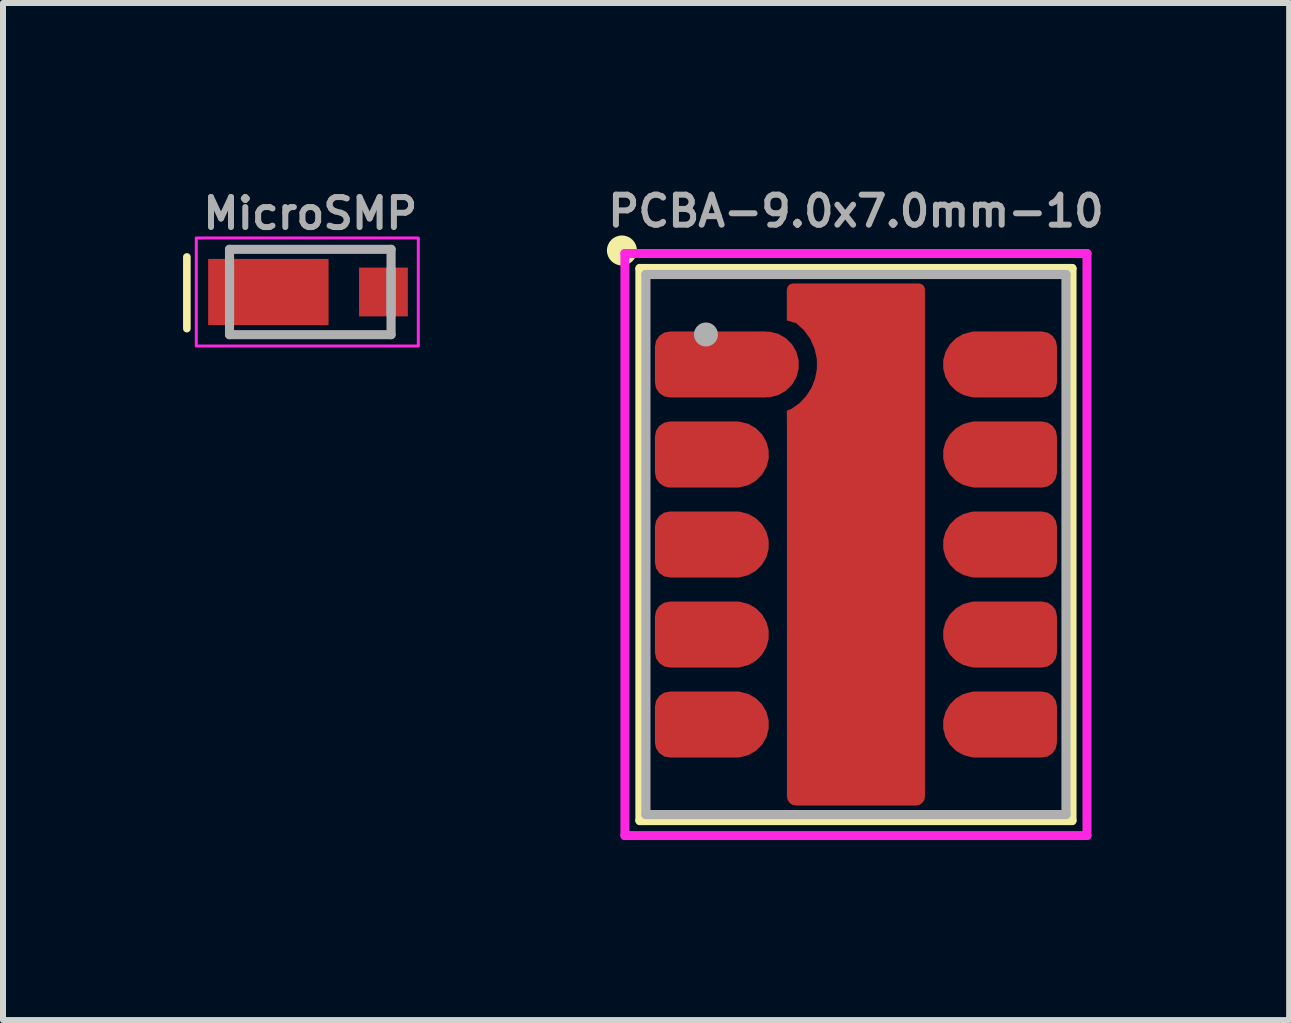
<source format=kicad_pcb>
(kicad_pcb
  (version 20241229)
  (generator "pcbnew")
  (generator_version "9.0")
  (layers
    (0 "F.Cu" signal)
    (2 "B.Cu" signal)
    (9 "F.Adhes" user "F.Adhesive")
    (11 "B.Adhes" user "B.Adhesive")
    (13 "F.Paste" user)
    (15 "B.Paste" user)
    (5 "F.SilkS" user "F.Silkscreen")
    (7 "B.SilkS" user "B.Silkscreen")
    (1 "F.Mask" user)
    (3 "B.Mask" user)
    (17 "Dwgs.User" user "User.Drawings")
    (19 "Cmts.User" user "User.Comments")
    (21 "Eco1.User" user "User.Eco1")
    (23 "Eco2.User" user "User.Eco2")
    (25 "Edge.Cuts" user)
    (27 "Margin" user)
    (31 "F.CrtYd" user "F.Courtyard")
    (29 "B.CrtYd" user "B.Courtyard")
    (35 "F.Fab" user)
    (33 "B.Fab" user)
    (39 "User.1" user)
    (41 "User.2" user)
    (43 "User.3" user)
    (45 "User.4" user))
  (footprint "MicroSMP"
    (layer "F.Cu")
    (at 2.121 1.816)
    (property "Reference" "MicroSMP" (at 0 -1.016 0) (layer "F.Fab") (effects (font (size 0.5 0.5) (thickness 0.1)) (justify bottom)))
    (attr smd)
    (fp_line (start -2.057 0.61) (end -2.057 -0.584) (stroke (width 0.127) (type solid)) (layer "F.SilkS"))
    (fp_rect (start 1.8 -0.9) (end -1.9 0.9) (stroke (width 0.05) (type default)) (fill no) (layer "F.CrtYd"))
    (fp_line (start -1.346 -0.711) (end -1.346 0.711) (stroke (width 0.152) (type solid)) (layer "F.Fab"))
    (fp_line (start -1.346 -0.457) (end -1.346 0.457) (stroke (width 0.152) (type solid)) (layer "F.Fab"))
    (fp_line (start -1.346 0.711) (end 1.346 0.711) (stroke (width 0.152) (type solid)) (layer "F.Fab"))
    (fp_line (start 1.346 -0.711) (end -1.346 -0.711) (stroke (width 0.152) (type solid)) (layer "F.Fab"))
    (fp_line (start 1.346 0.381) (end 1.346 -0.381) (stroke (width 0.152) (type solid)) (layer "F.Fab"))
    (fp_line (start 1.346 0.711) (end 1.346 -0.711) (stroke (width 0.152) (type solid)) (layer "F.Fab"))
    (pad "A" smd rect (at 1.219 0) (size 0.813 0.813) (layers "F.Cu" "F.Mask" "F.Paste"))
    (pad "C" smd rect (at -0.699 0) (size 2.007 1.102) (layers "F.Cu" "F.Mask" "F.Paste")))
  (footprint "PCBA-9.0x7.0mm-10"
    (layer "F.Cu")
    (at 11.214 6.024)
    (property "Reference" "PCBA-9.0x7.0mm-10" (at 0 -5.556 0) (unlocked yes) (layer "F.Fab") (effects (font (size 0.5 0.5) (thickness 0.1))))
    (attr smd)
    (fp_line (start -3.6 -4.6) (end -3.6 4.6) (stroke (width 0.152) (type default)) (layer "F.SilkS"))
    (fp_line (start -3.6 4.6) (end 3.6 4.6) (stroke (width 0.152) (type default)) (layer "F.SilkS"))
    (fp_line (start 3.6 -4.6) (end -3.6 -4.6) (stroke (width 0.152) (type default)) (layer "F.SilkS"))
    (fp_line (start 3.6 4.6) (end 3.6 -4.6) (stroke (width 0.152) (type default)) (layer "F.SilkS"))
    (fp_circle (center -3.9 -4.9) (end -3.75 -4.9) (stroke (width 0.2) (type solid)) (fill yes) (layer "F.SilkS"))
    (fp_rect (start -0.95 -0.95) (end 0.95 0.95) (stroke (width 0.2) (type solid)) (fill yes) (layer "F.Paste"))
    (fp_rect (start -0.95 2.25) (end 0.95 4.15) (stroke (width 0.2) (type solid)) (fill yes) (layer "F.Paste"))
    (fp_rect (start -0.45 -4.15) (end 0.95 -2.25) (stroke (width 0.2) (type solid)) (fill yes) (layer "F.Paste"))
    (fp_line (start -3.85 -4.85) (end -3.85 4.85) (stroke (width 0.15) (type default)) (layer "F.CrtYd"))
    (fp_line (start -3.85 4.85) (end 3.85 4.85) (stroke (width 0.15) (type default)) (layer "F.CrtYd"))
    (fp_line (start 3.85 -4.85) (end -3.85 -4.85) (stroke (width 0.15) (type default)) (layer "F.CrtYd"))
    (fp_line (start 3.85 4.85) (end 3.85 -4.85) (stroke (width 0.15) (type default)) (layer "F.CrtYd"))
    (fp_line (start -3.5 -4.5) (end -3.5 4.5) (stroke (width 0.152) (type default)) (layer "F.Fab"))
    (fp_line (start -3.5 4.5) (end 3.5 4.5) (stroke (width 0.152) (type default)) (layer "F.Fab"))
    (fp_line (start 3.5 -4.5) (end -3.5 -4.5) (stroke (width 0.152) (type default)) (layer "F.Fab"))
    (fp_line (start 3.5 4.5) (end 3.5 -4.5) (stroke (width 0.152) (type default)) (layer "F.Fab"))
    (fp_circle (center -2.5 -3.5) (end -2.4 -3.5) (stroke (width 0.2) (type solid)) (fill no) (layer "F.Fab"))
    (pad "1" smd custom (at -2.425 -3) (size 1.1 1.1) (layers "F.Cu" "F.Mask" "F.Paste") (options (anchor circle)) (primitives (gr_poly (pts (xy -0.925 -0.3) (xy -0.906 -0.396) (xy -0.852 -0.477) (xy -0.771 -0.531) (xy -0.675 -0.55) (xy 0.675 -0.55) (xy 0.771 -0.531) (xy 0.852 -0.477) (xy 0.906 -0.396) (xy 0.925 -0.3) (xy 0.925 0.3) (xy 0.906 0.396) (xy 0.852 0.477) (xy 0.771 0.531) (xy 0.675 0.55) (xy -0.675 0.55) (xy -0.771 0.531) (xy -0.852 0.477) (xy -0.906 0.396) (xy -0.925 0.3)) (width 0) (fill yes)) (gr_rect (start 0.425 -0.55) (end 0.925 0.55) (width 0) (fill yes)) (gr_circle (center 0.925 0) (end 1.475 0) (width 0) (fill yes))))
    (pad "2" smd custom (at -2.675 -1.5) (size 1.1 1.1) (layers "F.Cu" "F.Mask" "F.Paste") (options (anchor circle)) (primitives (gr_poly (pts (xy -0.675 -0.3) (xy -0.656 -0.396) (xy -0.602 -0.477) (xy -0.521 -0.531) (xy -0.425 -0.55) (xy 0.425 -0.55) (xy 0.521 -0.531) (xy 0.602 -0.477) (xy 0.656 -0.396) (xy 0.675 -0.3) (xy 0.675 0.3) (xy 0.656 0.396) (xy 0.602 0.477) (xy 0.521 0.531) (xy 0.425 0.55) (xy -0.425 0.55) (xy -0.521 0.531) (xy -0.602 0.477) (xy -0.656 0.396) (xy -0.675 0.3)) (width 0) (fill yes)) (gr_rect (start 0.225 -0.55) (end 0.725 0.55) (width 0) (fill yes)) (gr_circle (center 0.675 0) (end 1.225 0) (width 0) (fill yes))))
    (pad "3" smd custom (at -2.675 0) (size 1.1 1.1) (layers "F.Cu" "F.Mask" "F.Paste") (options (anchor circle)) (primitives (gr_poly (pts (xy -0.675 -0.3) (xy -0.656 -0.396) (xy -0.602 -0.477) (xy -0.521 -0.531) (xy -0.425 -0.55) (xy 0.425 -0.55) (xy 0.521 -0.531) (xy 0.602 -0.477) (xy 0.656 -0.396) (xy 0.675 -0.3) (xy 0.675 0.3) (xy 0.656 0.396) (xy 0.602 0.477) (xy 0.521 0.531) (xy 0.425 0.55) (xy -0.425 0.55) (xy -0.521 0.531) (xy -0.602 0.477) (xy -0.656 0.396) (xy -0.675 0.3)) (width 0) (fill yes)) (gr_rect (start 0.225 -0.55) (end 0.725 0.55) (width 0) (fill yes)) (gr_circle (center 0.675 0) (end 1.225 0) (width 0) (fill yes))))
    (pad "4" smd custom (at -2.675 1.5) (size 1.1 1.1) (layers "F.Cu" "F.Mask" "F.Paste") (options (anchor circle)) (primitives (gr_poly (pts (xy -0.675 -0.3) (xy -0.656 -0.396) (xy -0.602 -0.477) (xy -0.521 -0.531) (xy -0.425 -0.55) (xy 0.425 -0.55) (xy 0.521 -0.531) (xy 0.602 -0.477) (xy 0.656 -0.396) (xy 0.675 -0.3) (xy 0.675 0.3) (xy 0.656 0.396) (xy 0.602 0.477) (xy 0.521 0.531) (xy 0.425 0.55) (xy -0.425 0.55) (xy -0.521 0.531) (xy -0.602 0.477) (xy -0.656 0.396) (xy -0.675 0.3)) (width 0) (fill yes)) (gr_rect (start 0.225 -0.55) (end 0.725 0.55) (width 0) (fill yes)) (gr_circle (center 0.675 0) (end 1.225 0) (width 0) (fill yes))))
    (pad "5" smd custom (at -2.675 3) (size 1.1 1.1) (layers "F.Cu" "F.Mask" "F.Paste") (options (anchor circle)) (primitives (gr_poly (pts (xy -0.675 -0.3) (xy -0.656 -0.396) (xy -0.602 -0.477) (xy -0.521 -0.531) (xy -0.425 -0.55) (xy 0.425 -0.55) (xy 0.521 -0.531) (xy 0.602 -0.477) (xy 0.656 -0.396) (xy 0.675 -0.3) (xy 0.675 0.3) (xy 0.656 0.396) (xy 0.602 0.477) (xy 0.521 0.531) (xy 0.425 0.55) (xy -0.425 0.55) (xy -0.521 0.531) (xy -0.602 0.477) (xy -0.656 0.396) (xy -0.675 0.3)) (width 0) (fill yes)) (gr_rect (start 0.225 -0.55) (end 0.725 0.55) (width 0) (fill yes)) (gr_circle (center 0.675 0) (end 1.225 0) (width 0) (fill yes))))
    (pad "6" smd custom (at 2.675 3 180) (size 1.1 1.1) (layers "F.Cu" "F.Mask" "F.Paste") (options (anchor circle)) (primitives (gr_poly (pts (xy -0.675 -0.3) (xy -0.656 -0.396) (xy -0.602 -0.477) (xy -0.521 -0.531) (xy -0.425 -0.55) (xy 0.425 -0.55) (xy 0.521 -0.531) (xy 0.602 -0.477) (xy 0.656 -0.396) (xy 0.675 -0.3) (xy 0.675 0.3) (xy 0.656 0.396) (xy 0.602 0.477) (xy 0.521 0.531) (xy 0.425 0.55) (xy -0.425 0.55) (xy -0.521 0.531) (xy -0.602 0.477) (xy -0.656 0.396) (xy -0.675 0.3)) (width 0) (fill yes)) (gr_rect (start 0.225 -0.55) (end 0.725 0.55) (width 0) (fill yes)) (gr_circle (center 0.675 0) (end 1.225 0) (width 0) (fill yes))))
    (pad "7" smd custom (at 2.675 1.5 180) (size 1.1 1.1) (layers "F.Cu" "F.Mask" "F.Paste") (options (anchor circle)) (primitives (gr_poly (pts (xy -0.675 -0.3) (xy -0.656 -0.396) (xy -0.602 -0.477) (xy -0.521 -0.531) (xy -0.425 -0.55) (xy 0.425 -0.55) (xy 0.521 -0.531) (xy 0.602 -0.477) (xy 0.656 -0.396) (xy 0.675 -0.3) (xy 0.675 0.3) (xy 0.656 0.396) (xy 0.602 0.477) (xy 0.521 0.531) (xy 0.425 0.55) (xy -0.425 0.55) (xy -0.521 0.531) (xy -0.602 0.477) (xy -0.656 0.396) (xy -0.675 0.3)) (width 0) (fill yes)) (gr_rect (start 0.225 -0.55) (end 0.725 0.55) (width 0) (fill yes)) (gr_circle (center 0.675 0) (end 1.225 0) (width 0) (fill yes))))
    (pad "8" smd custom (at 2.675 0 180) (size 1.1 1.1) (layers "F.Cu" "F.Mask" "F.Paste") (options (anchor circle)) (primitives (gr_poly (pts (xy -0.675 -0.3) (xy -0.656 -0.396) (xy -0.602 -0.477) (xy -0.521 -0.531) (xy -0.425 -0.55) (xy 0.425 -0.55) (xy 0.521 -0.531) (xy 0.602 -0.477) (xy 0.656 -0.396) (xy 0.675 -0.3) (xy 0.675 0.3) (xy 0.656 0.396) (xy 0.602 0.477) (xy 0.521 0.531) (xy 0.425 0.55) (xy -0.425 0.55) (xy -0.521 0.531) (xy -0.602 0.477) (xy -0.656 0.396) (xy -0.675 0.3)) (width 0) (fill yes)) (gr_rect (start 0.225 -0.55) (end 0.725 0.55) (width 0) (fill yes)) (gr_circle (center 0.675 0) (end 1.225 0) (width 0) (fill yes))))
    (pad "9" smd custom (at 2.675 -1.5 180) (size 1.1 1.1) (layers "F.Cu" "F.Mask" "F.Paste") (options (anchor circle)) (primitives (gr_poly (pts (xy -0.675 -0.3) (xy -0.656 -0.396) (xy -0.602 -0.477) (xy -0.521 -0.531) (xy -0.425 -0.55) (xy 0.425 -0.55) (xy 0.521 -0.531) (xy 0.602 -0.477) (xy 0.656 -0.396) (xy 0.675 -0.3) (xy 0.675 0.3) (xy 0.656 0.396) (xy 0.602 0.477) (xy 0.521 0.531) (xy 0.425 0.55) (xy -0.425 0.55) (xy -0.521 0.531) (xy -0.602 0.477) (xy -0.656 0.396) (xy -0.675 0.3)) (width 0) (fill yes)) (gr_rect (start 0.225 -0.55) (end 0.725 0.55) (width 0) (fill yes)) (gr_circle (center 0.675 0) (end 1.225 0) (width 0) (fill yes))))
    (pad "10" smd custom (at 2.675 -3 180) (size 1.1 1.1) (layers "F.Cu" "F.Mask" "F.Paste") (options (anchor circle)) (primitives (gr_poly (pts (xy -0.675 -0.3) (xy -0.656 -0.396) (xy -0.602 -0.477) (xy -0.521 -0.531) (xy -0.425 -0.55) (xy 0.425 -0.55) (xy 0.521 -0.531) (xy 0.602 -0.477) (xy 0.656 -0.396) (xy 0.675 -0.3) (xy 0.675 0.3) (xy 0.656 0.396) (xy 0.602 0.477) (xy 0.521 0.531) (xy 0.425 0.55) (xy -0.425 0.55) (xy -0.521 0.531) (xy -0.602 0.477) (xy -0.656 0.396) (xy -0.675 0.3)) (width 0) (fill yes)) (gr_rect (start 0.225 -0.55) (end 0.725 0.55) (width 0) (fill yes)) (gr_circle (center 0.675 0) (end 1.225 0) (width 0) (fill yes))))
    (pad "11" smd custom (at 0 1.05 180) (size 2.3 2.3) (layers "F.Cu" "F.Mask") (options (anchor circle)) (primitives (gr_poly (pts (xy -1.15 -3.15) (xy -1.139 -3.207) (xy -1.106 -3.256) (xy -1.057 -3.289) (xy -1 -3.3) (xy 1 -3.3) (xy 1.057 -3.289) (xy 1.106 -3.256) (xy 1.139 -3.207) (xy 1.15 -3.15) (xy 1.15 3.15) (xy 1.139 3.207) (xy 1.106 3.256) (xy 1.057 3.289) (xy 1 3.3) (xy -1 3.3) (xy -1.057 3.289) (xy -1.106 3.256) (xy -1.139 3.207) (xy -1.15 3.15)) (width 0) (fill yes)) (gr_poly (pts (xy 1.151 3.05) (xy 1.151 3.28) (xy 1.068 3.315) (xy 0.938 3.409) (xy 0.828 3.526) (xy 0.741 3.662) (xy 0.682 3.812) (xy 0.652 3.97) (xy 0.65 4.05) (xy 0.652 4.139) (xy 0.689 4.312) (xy 0.761 4.475) (xy 0.865 4.619) (xy 0.996 4.738) (xy 1.152 4.784) (xy 1.152 5.3) (xy -1.15 5.3) (xy -1.15 3.05)) (width 0) (fill yes)) (gr_line (start 1.05 5.3) (end -1.05 5.3) (width 0.2)))))
  (gr_rect
    (start -3 -3)
    (end 18.433 13.949)
    (stroke (width 0.1) (type default))
    (fill no)
    (layer "Edge.Cuts")))
</source>
